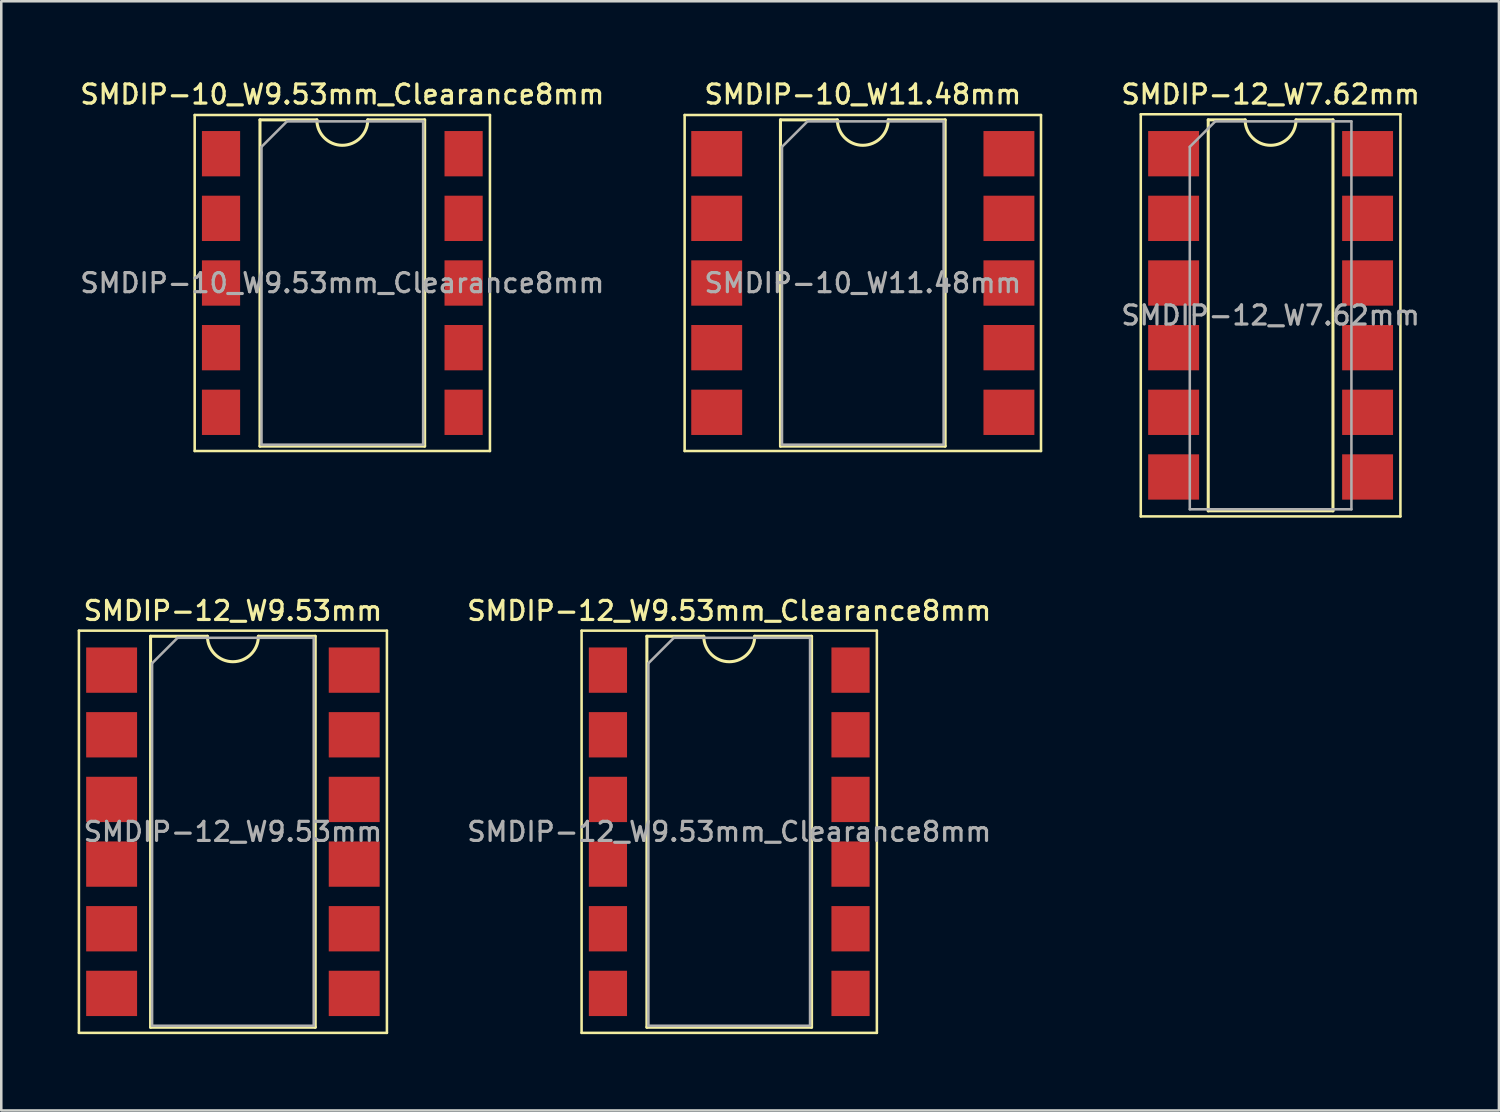
<source format=kicad_pcb>
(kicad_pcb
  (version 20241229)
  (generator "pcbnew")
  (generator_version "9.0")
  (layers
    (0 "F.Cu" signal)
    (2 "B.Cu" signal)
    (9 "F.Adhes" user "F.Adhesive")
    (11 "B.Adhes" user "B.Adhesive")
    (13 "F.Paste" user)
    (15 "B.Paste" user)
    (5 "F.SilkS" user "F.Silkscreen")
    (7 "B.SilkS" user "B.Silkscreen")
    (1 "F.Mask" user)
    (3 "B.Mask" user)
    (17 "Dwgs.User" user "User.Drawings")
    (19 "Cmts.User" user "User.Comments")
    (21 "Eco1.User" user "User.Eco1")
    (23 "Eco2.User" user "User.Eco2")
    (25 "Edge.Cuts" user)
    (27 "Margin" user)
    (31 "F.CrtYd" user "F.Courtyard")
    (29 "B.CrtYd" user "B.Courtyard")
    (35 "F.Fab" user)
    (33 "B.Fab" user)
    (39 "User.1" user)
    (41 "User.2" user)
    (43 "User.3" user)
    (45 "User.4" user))
  (footprint "SMDIP-12_W7.62mm"
    (layer "F.Cu")
    (at 46.866 9.338)
    (property "Reference" "SMDIP-12_W7.62mm" (at 0 -8.68 0) (layer "F.SilkS") (effects (font (size 0.75 0.75) (thickness 0.125))))
    (attr smd)
    (fp_line (start -5.1 -7.9) (end -5.1 7.9) (stroke (width 0.1) (type solid)) (layer "F.SilkS"))
    (fp_line (start -5.1 7.9) (end 5.1 7.9) (stroke (width 0.1) (type solid)) (layer "F.SilkS"))
    (fp_line (start -2.45 -7.68) (end -2.45 7.68) (stroke (width 0.12) (type solid)) (layer "F.SilkS"))
    (fp_line (start -2.45 7.68) (end 2.45 7.68) (stroke (width 0.12) (type solid)) (layer "F.SilkS"))
    (fp_line (start -1 -7.68) (end -2.45 -7.68) (stroke (width 0.12) (type solid)) (layer "F.SilkS"))
    (fp_line (start 2.45 -7.68) (end 1 -7.68) (stroke (width 0.12) (type solid)) (layer "F.SilkS"))
    (fp_line (start 2.45 7.68) (end 2.45 -7.68) (stroke (width 0.12) (type solid)) (layer "F.SilkS"))
    (fp_line (start 5.1 -7.9) (end -5.1 -7.9) (stroke (width 0.1) (type solid)) (layer "F.SilkS"))
    (fp_line (start 5.1 7.9) (end 5.1 -7.9) (stroke (width 0.1) (type solid)) (layer "F.SilkS"))
    (fp_arc (start 1 -7.68) (mid 0 -6.68) (end -1 -7.68) (stroke (width 0.12) (type solid)) (layer "F.SilkS"))
    (fp_line (start -3.175 -6.62) (end -2.175 -7.62) (stroke (width 0.1) (type solid)) (layer "F.Fab"))
    (fp_line (start -3.175 7.62) (end -3.175 -6.62) (stroke (width 0.1) (type solid)) (layer "F.Fab"))
    (fp_line (start -2.175 -7.62) (end 3.175 -7.62) (stroke (width 0.1) (type solid)) (layer "F.Fab"))
    (fp_line (start 3.175 -7.62) (end 3.175 7.62) (stroke (width 0.1) (type solid)) (layer "F.Fab"))
    (fp_line (start 3.175 7.62) (end -3.175 7.62) (stroke (width 0.1) (type solid)) (layer "F.Fab"))
    (fp_text user "${REFERENCE}" (at 0 0 0) (layer "F.Fab") (effects (font (size 0.75 0.75) (thickness 0.125))))
    (pad "1" smd rect (at -3.81 -6.35) (size 2 1.78) (layers "F.Cu" "F.Mask" "F.Paste"))
    (pad "2" smd rect (at -3.81 -3.81) (size 2 1.78) (layers "F.Cu" "F.Mask" "F.Paste"))
    (pad "3" smd rect (at -3.81 -1.27) (size 2 1.78) (layers "F.Cu" "F.Mask" "F.Paste"))
    (pad "4" smd rect (at -3.81 1.27) (size 2 1.78) (layers "F.Cu" "F.Mask" "F.Paste"))
    (pad "5" smd rect (at -3.81 3.81) (size 2 1.78) (layers "F.Cu" "F.Mask" "F.Paste"))
    (pad "6" smd rect (at -3.81 6.35) (size 2 1.78) (layers "F.Cu" "F.Mask" "F.Paste"))
    (pad "7" smd rect (at 3.81 6.35) (size 2 1.78) (layers "F.Cu" "F.Mask" "F.Paste"))
    (pad "8" smd rect (at 3.81 3.81) (size 2 1.78) (layers "F.Cu" "F.Mask" "F.Paste"))
    (pad "9" smd rect (at 3.81 1.27) (size 2 1.78) (layers "F.Cu" "F.Mask" "F.Paste"))
    (pad "10" smd rect (at 3.81 -1.27) (size 2 1.78) (layers "F.Cu" "F.Mask" "F.Paste"))
    (pad "11" smd rect (at 3.81 -3.81) (size 2 1.78) (layers "F.Cu" "F.Mask" "F.Paste"))
    (pad "12" smd rect (at 3.81 -6.35) (size 2 1.78) (layers "F.Cu" "F.Mask" "F.Paste")))
  (footprint "SMDIP-12_W9.53mm"
    (layer "F.Cu")
    (at 6.1 29.626)
    (property "Reference" "SMDIP-12_W9.53mm" (at 0 -8.68 0) (layer "F.SilkS") (effects (font (size 0.75 0.75) (thickness 0.125))))
    (attr smd)
    (fp_line (start -6.05 -7.9) (end -6.05 7.9) (stroke (width 0.1) (type solid)) (layer "F.SilkS"))
    (fp_line (start -6.05 7.9) (end 6.05 7.9) (stroke (width 0.1) (type solid)) (layer "F.SilkS"))
    (fp_line (start -3.235 -7.68) (end -3.235 7.68) (stroke (width 0.12) (type solid)) (layer "F.SilkS"))
    (fp_line (start -3.235 7.68) (end 3.235 7.68) (stroke (width 0.12) (type solid)) (layer "F.SilkS"))
    (fp_line (start -1 -7.68) (end -3.235 -7.68) (stroke (width 0.12) (type solid)) (layer "F.SilkS"))
    (fp_line (start 3.235 -7.68) (end 1 -7.68) (stroke (width 0.12) (type solid)) (layer "F.SilkS"))
    (fp_line (start 3.235 7.68) (end 3.235 -7.68) (stroke (width 0.12) (type solid)) (layer "F.SilkS"))
    (fp_line (start 6.05 -7.9) (end -6.05 -7.9) (stroke (width 0.1) (type solid)) (layer "F.SilkS"))
    (fp_line (start 6.05 7.9) (end 6.05 -7.9) (stroke (width 0.1) (type solid)) (layer "F.SilkS"))
    (fp_arc (start 1 -7.68) (mid 0 -6.68) (end -1 -7.68) (stroke (width 0.12) (type solid)) (layer "F.SilkS"))
    (fp_line (start -3.175 -6.62) (end -2.175 -7.62) (stroke (width 0.1) (type solid)) (layer "F.Fab"))
    (fp_line (start -3.175 7.62) (end -3.175 -6.62) (stroke (width 0.1) (type solid)) (layer "F.Fab"))
    (fp_line (start -2.175 -7.62) (end 3.175 -7.62) (stroke (width 0.1) (type solid)) (layer "F.Fab"))
    (fp_line (start 3.175 -7.62) (end 3.175 7.62) (stroke (width 0.1) (type solid)) (layer "F.Fab"))
    (fp_line (start 3.175 7.62) (end -3.175 7.62) (stroke (width 0.1) (type solid)) (layer "F.Fab"))
    (fp_text user "${REFERENCE}" (at 0 0 0) (layer "F.Fab") (effects (font (size 0.75 0.75) (thickness 0.125))))
    (pad "1" smd rect (at -4.765 -6.35) (size 2 1.78) (layers "F.Cu" "F.Mask" "F.Paste"))
    (pad "2" smd rect (at -4.765 -3.81) (size 2 1.78) (layers "F.Cu" "F.Mask" "F.Paste"))
    (pad "3" smd rect (at -4.765 -1.27) (size 2 1.78) (layers "F.Cu" "F.Mask" "F.Paste"))
    (pad "4" smd rect (at -4.765 1.27) (size 2 1.78) (layers "F.Cu" "F.Mask" "F.Paste"))
    (pad "5" smd rect (at -4.765 3.81) (size 2 1.78) (layers "F.Cu" "F.Mask" "F.Paste"))
    (pad "6" smd rect (at -4.765 6.35) (size 2 1.78) (layers "F.Cu" "F.Mask" "F.Paste"))
    (pad "7" smd rect (at 4.765 6.35) (size 2 1.78) (layers "F.Cu" "F.Mask" "F.Paste"))
    (pad "8" smd rect (at 4.765 3.81) (size 2 1.78) (layers "F.Cu" "F.Mask" "F.Paste"))
    (pad "9" smd rect (at 4.765 1.27) (size 2 1.78) (layers "F.Cu" "F.Mask" "F.Paste"))
    (pad "10" smd rect (at 4.765 -1.27) (size 2 1.78) (layers "F.Cu" "F.Mask" "F.Paste"))
    (pad "11" smd rect (at 4.765 -3.81) (size 2 1.78) (layers "F.Cu" "F.Mask" "F.Paste"))
    (pad "12" smd rect (at 4.765 -6.35) (size 2 1.78) (layers "F.Cu" "F.Mask" "F.Paste")))
  (footprint "SMDIP-10_W9.53mm_Clearance8mm"
    (layer "F.Cu")
    (at 10.398 8.068)
    (property "Reference" "SMDIP-10_W9.53mm_Clearance8mm" (at 0 -7.41 0) (layer "F.SilkS") (effects (font (size 0.75 0.75) (thickness 0.125))))
    (attr smd)
    (fp_line (start -5.8 -6.6) (end -5.8 6.6) (stroke (width 0.1) (type solid)) (layer "F.SilkS"))
    (fp_line (start -5.8 6.6) (end 5.8 6.6) (stroke (width 0.1) (type solid)) (layer "F.SilkS"))
    (fp_line (start -3.235 -6.41) (end -3.235 6.41) (stroke (width 0.12) (type solid)) (layer "F.SilkS"))
    (fp_line (start -3.235 6.41) (end 3.235 6.41) (stroke (width 0.12) (type solid)) (layer "F.SilkS"))
    (fp_line (start -1 -6.41) (end -3.235 -6.41) (stroke (width 0.12) (type solid)) (layer "F.SilkS"))
    (fp_line (start 3.235 -6.41) (end 1 -6.41) (stroke (width 0.12) (type solid)) (layer "F.SilkS"))
    (fp_line (start 3.235 6.41) (end 3.235 -6.41) (stroke (width 0.12) (type solid)) (layer "F.SilkS"))
    (fp_line (start 5.8 -6.6) (end -5.8 -6.6) (stroke (width 0.1) (type solid)) (layer "F.SilkS"))
    (fp_line (start 5.8 6.6) (end 5.8 -6.6) (stroke (width 0.1) (type solid)) (layer "F.SilkS"))
    (fp_arc (start 1 -6.41) (mid 0 -5.41) (end -1 -6.41) (stroke (width 0.12) (type solid)) (layer "F.SilkS"))
    (fp_line (start -3.175 -5.35) (end -2.175 -6.35) (stroke (width 0.1) (type solid)) (layer "F.Fab"))
    (fp_line (start -3.175 6.35) (end -3.175 -5.35) (stroke (width 0.1) (type solid)) (layer "F.Fab"))
    (fp_line (start -2.175 -6.35) (end 3.175 -6.35) (stroke (width 0.1) (type solid)) (layer "F.Fab"))
    (fp_line (start 3.175 -6.35) (end 3.175 6.35) (stroke (width 0.1) (type solid)) (layer "F.Fab"))
    (fp_line (start 3.175 6.35) (end -3.175 6.35) (stroke (width 0.1) (type solid)) (layer "F.Fab"))
    (fp_text user "${REFERENCE}" (at 0 0 0) (layer "F.Fab") (effects (font (size 0.75 0.75) (thickness 0.125))))
    (pad "1" smd rect (at -4.765 -5.08) (size 1.5 1.78) (layers "F.Cu" "F.Mask" "F.Paste"))
    (pad "2" smd rect (at -4.765 -2.54) (size 1.5 1.78) (layers "F.Cu" "F.Mask" "F.Paste"))
    (pad "3" smd rect (at -4.765 0) (size 1.5 1.78) (layers "F.Cu" "F.Mask" "F.Paste"))
    (pad "4" smd rect (at -4.765 2.54) (size 1.5 1.78) (layers "F.Cu" "F.Mask" "F.Paste"))
    (pad "5" smd rect (at -4.765 5.08) (size 1.5 1.78) (layers "F.Cu" "F.Mask" "F.Paste"))
    (pad "6" smd rect (at 4.765 5.08) (size 1.5 1.78) (layers "F.Cu" "F.Mask" "F.Paste"))
    (pad "7" smd rect (at 4.765 2.54) (size 1.5 1.78) (layers "F.Cu" "F.Mask" "F.Paste"))
    (pad "8" smd rect (at 4.765 0) (size 1.5 1.78) (layers "F.Cu" "F.Mask" "F.Paste"))
    (pad "9" smd rect (at 4.765 -2.54) (size 1.5 1.78) (layers "F.Cu" "F.Mask" "F.Paste"))
    (pad "10" smd rect (at 4.765 -5.08) (size 1.5 1.78) (layers "F.Cu" "F.Mask" "F.Paste")))
  (footprint "SMDIP-12_W9.53mm_Clearance8mm"
    (layer "F.Cu")
    (at 25.598 29.626)
    (property "Reference" "SMDIP-12_W9.53mm_Clearance8mm" (at 0 -8.68 0) (layer "F.SilkS") (effects (font (size 0.75 0.75) (thickness 0.125))))
    (attr smd)
    (fp_line (start -5.8 -7.9) (end -5.8 7.9) (stroke (width 0.1) (type solid)) (layer "F.SilkS"))
    (fp_line (start -5.8 7.9) (end 5.8 7.9) (stroke (width 0.1) (type solid)) (layer "F.SilkS"))
    (fp_line (start -3.235 -7.68) (end -3.235 7.68) (stroke (width 0.12) (type solid)) (layer "F.SilkS"))
    (fp_line (start -3.235 7.68) (end 3.235 7.68) (stroke (width 0.12) (type solid)) (layer "F.SilkS"))
    (fp_line (start -1 -7.68) (end -3.235 -7.68) (stroke (width 0.12) (type solid)) (layer "F.SilkS"))
    (fp_line (start 3.235 -7.68) (end 1 -7.68) (stroke (width 0.12) (type solid)) (layer "F.SilkS"))
    (fp_line (start 3.235 7.68) (end 3.235 -7.68) (stroke (width 0.12) (type solid)) (layer "F.SilkS"))
    (fp_line (start 5.8 -7.9) (end -5.8 -7.9) (stroke (width 0.1) (type solid)) (layer "F.SilkS"))
    (fp_line (start 5.8 7.9) (end 5.8 -7.9) (stroke (width 0.1) (type solid)) (layer "F.SilkS"))
    (fp_arc (start 1 -7.68) (mid 0 -6.68) (end -1 -7.68) (stroke (width 0.12) (type solid)) (layer "F.SilkS"))
    (fp_line (start -3.175 -6.62) (end -2.175 -7.62) (stroke (width 0.1) (type solid)) (layer "F.Fab"))
    (fp_line (start -3.175 7.62) (end -3.175 -6.62) (stroke (width 0.1) (type solid)) (layer "F.Fab"))
    (fp_line (start -2.175 -7.62) (end 3.175 -7.62) (stroke (width 0.1) (type solid)) (layer "F.Fab"))
    (fp_line (start 3.175 -7.62) (end 3.175 7.62) (stroke (width 0.1) (type solid)) (layer "F.Fab"))
    (fp_line (start 3.175 7.62) (end -3.175 7.62) (stroke (width 0.1) (type solid)) (layer "F.Fab"))
    (fp_text user "${REFERENCE}" (at 0 0 0) (layer "F.Fab") (effects (font (size 0.75 0.75) (thickness 0.125))))
    (pad "1" smd rect (at -4.765 -6.35) (size 1.5 1.78) (layers "F.Cu" "F.Mask" "F.Paste"))
    (pad "2" smd rect (at -4.765 -3.81) (size 1.5 1.78) (layers "F.Cu" "F.Mask" "F.Paste"))
    (pad "3" smd rect (at -4.765 -1.27) (size 1.5 1.78) (layers "F.Cu" "F.Mask" "F.Paste"))
    (pad "4" smd rect (at -4.765 1.27) (size 1.5 1.78) (layers "F.Cu" "F.Mask" "F.Paste"))
    (pad "5" smd rect (at -4.765 3.81) (size 1.5 1.78) (layers "F.Cu" "F.Mask" "F.Paste"))
    (pad "6" smd rect (at -4.765 6.35) (size 1.5 1.78) (layers "F.Cu" "F.Mask" "F.Paste"))
    (pad "7" smd rect (at 4.765 6.35) (size 1.5 1.78) (layers "F.Cu" "F.Mask" "F.Paste"))
    (pad "8" smd rect (at 4.765 3.81) (size 1.5 1.78) (layers "F.Cu" "F.Mask" "F.Paste"))
    (pad "9" smd rect (at 4.765 1.27) (size 1.5 1.78) (layers "F.Cu" "F.Mask" "F.Paste"))
    (pad "10" smd rect (at 4.765 -1.27) (size 1.5 1.78) (layers "F.Cu" "F.Mask" "F.Paste"))
    (pad "11" smd rect (at 4.765 -3.81) (size 1.5 1.78) (layers "F.Cu" "F.Mask" "F.Paste"))
    (pad "12" smd rect (at 4.765 -6.35) (size 1.5 1.78) (layers "F.Cu" "F.Mask" "F.Paste")))
  (footprint "SMDIP-10_W11.48mm"
    (layer "F.Cu")
    (at 30.846 8.068)
    (property "Reference" "SMDIP-10_W11.48mm" (at 0 -7.41 0) (layer "F.SilkS") (effects (font (size 0.75 0.75) (thickness 0.125))))
    (attr smd)
    (fp_line (start -7 -6.6) (end -7 6.6) (stroke (width 0.1) (type solid)) (layer "F.SilkS"))
    (fp_line (start -7 6.6) (end 7 6.6) (stroke (width 0.1) (type solid)) (layer "F.SilkS"))
    (fp_line (start -3.235 -6.41) (end -3.235 6.41) (stroke (width 0.12) (type solid)) (layer "F.SilkS"))
    (fp_line (start -3.235 6.41) (end 3.235 6.41) (stroke (width 0.12) (type solid)) (layer "F.SilkS"))
    (fp_line (start -1 -6.41) (end -3.235 -6.41) (stroke (width 0.12) (type solid)) (layer "F.SilkS"))
    (fp_line (start 3.235 -6.41) (end 1 -6.41) (stroke (width 0.12) (type solid)) (layer "F.SilkS"))
    (fp_line (start 3.235 6.41) (end 3.235 -6.41) (stroke (width 0.12) (type solid)) (layer "F.SilkS"))
    (fp_line (start 7 -6.6) (end -7 -6.6) (stroke (width 0.1) (type solid)) (layer "F.SilkS"))
    (fp_line (start 7 6.6) (end 7 -6.6) (stroke (width 0.1) (type solid)) (layer "F.SilkS"))
    (fp_arc (start 1 -6.41) (mid 0 -5.41) (end -1 -6.41) (stroke (width 0.12) (type solid)) (layer "F.SilkS"))
    (fp_line (start -3.175 -5.35) (end -2.175 -6.35) (stroke (width 0.1) (type solid)) (layer "F.Fab"))
    (fp_line (start -3.175 6.35) (end -3.175 -5.35) (stroke (width 0.1) (type solid)) (layer "F.Fab"))
    (fp_line (start -2.175 -6.35) (end 3.175 -6.35) (stroke (width 0.1) (type solid)) (layer "F.Fab"))
    (fp_line (start 3.175 -6.35) (end 3.175 6.35) (stroke (width 0.1) (type solid)) (layer "F.Fab"))
    (fp_line (start 3.175 6.35) (end -3.175 6.35) (stroke (width 0.1) (type solid)) (layer "F.Fab"))
    (fp_text user "${REFERENCE}" (at 0 0 0) (layer "F.Fab") (effects (font (size 0.75 0.75) (thickness 0.125))))
    (pad "1" smd rect (at -5.74 -5.08) (size 2 1.78) (layers "F.Cu" "F.Mask" "F.Paste"))
    (pad "2" smd rect (at -5.74 -2.54) (size 2 1.78) (layers "F.Cu" "F.Mask" "F.Paste"))
    (pad "3" smd rect (at -5.74 0) (size 2 1.78) (layers "F.Cu" "F.Mask" "F.Paste"))
    (pad "4" smd rect (at -5.74 2.54) (size 2 1.78) (layers "F.Cu" "F.Mask" "F.Paste"))
    (pad "5" smd rect (at -5.74 5.08) (size 2 1.78) (layers "F.Cu" "F.Mask" "F.Paste"))
    (pad "6" smd rect (at 5.74 5.08) (size 2 1.78) (layers "F.Cu" "F.Mask" "F.Paste"))
    (pad "7" smd rect (at 5.74 2.54) (size 2 1.78) (layers "F.Cu" "F.Mask" "F.Paste"))
    (pad "8" smd rect (at 5.74 0) (size 2 1.78) (layers "F.Cu" "F.Mask" "F.Paste"))
    (pad "9" smd rect (at 5.74 -2.54) (size 2 1.78) (layers "F.Cu" "F.Mask" "F.Paste"))
    (pad "10" smd rect (at 5.74 -5.08) (size 2 1.78) (layers "F.Cu" "F.Mask" "F.Paste")))
  (gr_rect
    (start -3 -3)
    (end 55.836 40.576)
    (stroke (width 0.1) (type default))
    (fill no)
    (layer "Edge.Cuts")))
</source>
